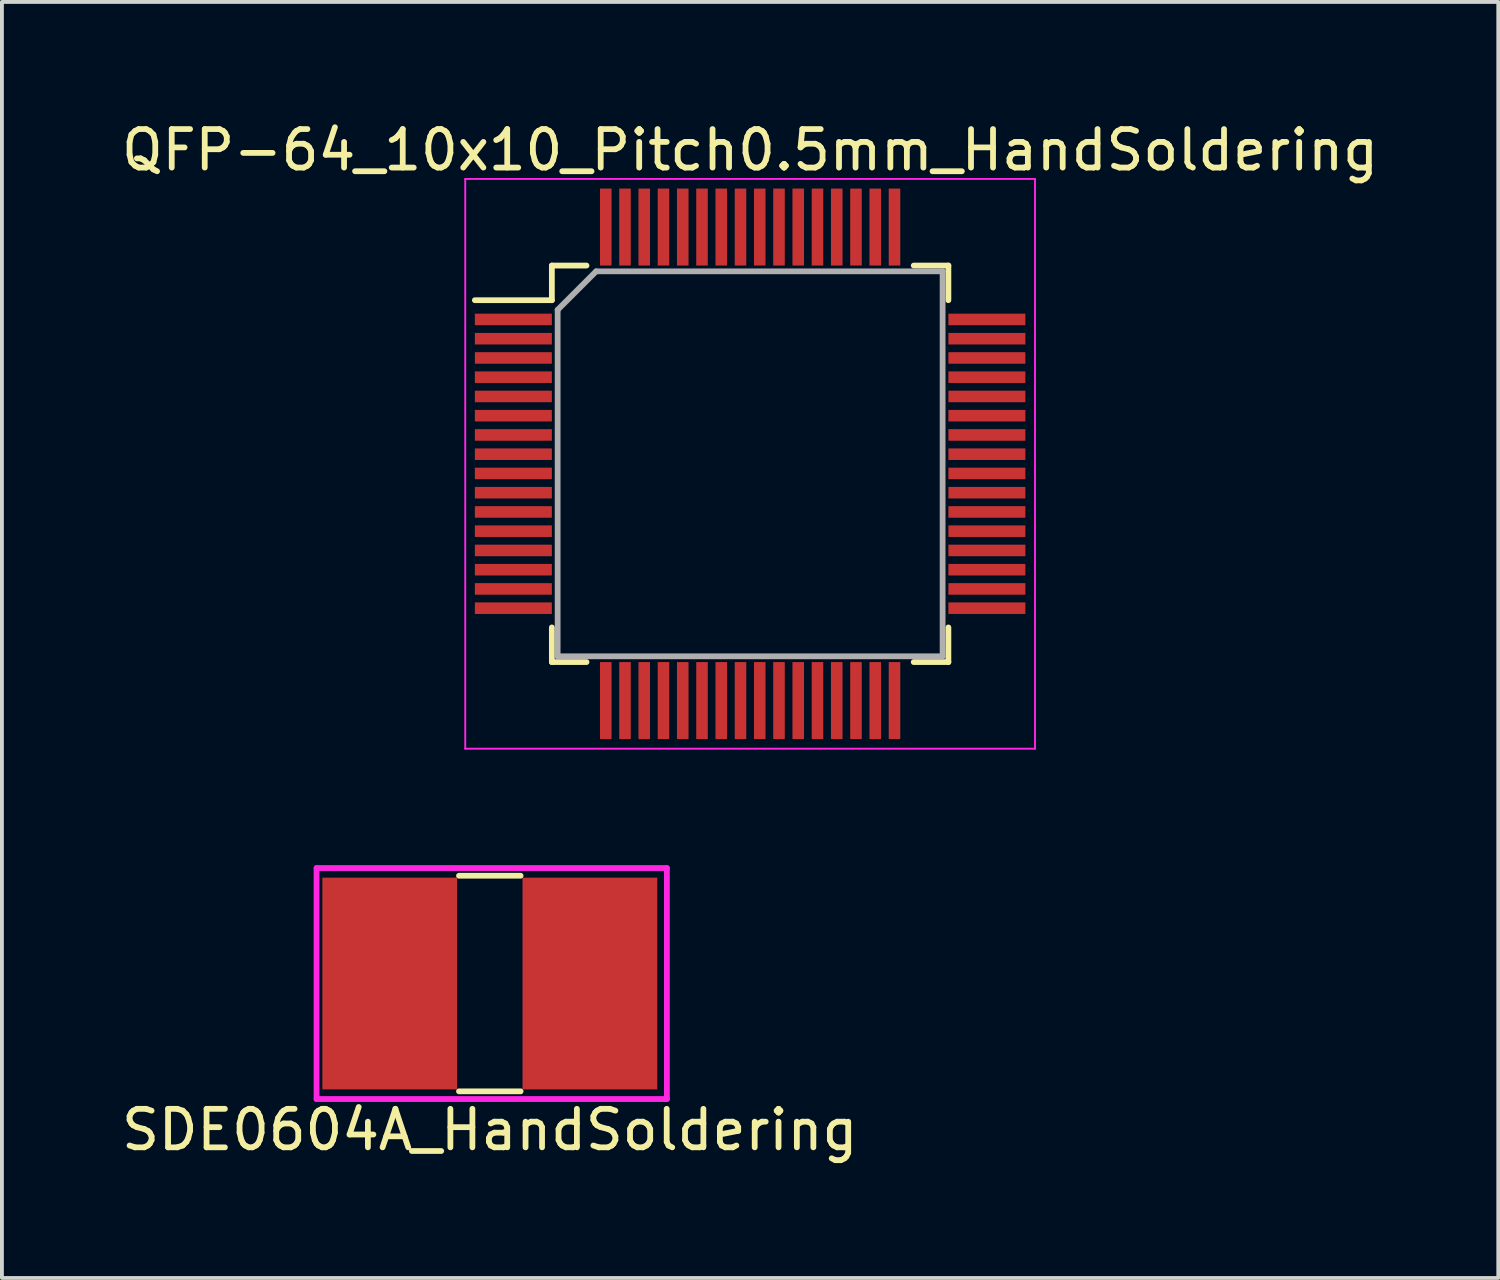
<source format=kicad_pcb>
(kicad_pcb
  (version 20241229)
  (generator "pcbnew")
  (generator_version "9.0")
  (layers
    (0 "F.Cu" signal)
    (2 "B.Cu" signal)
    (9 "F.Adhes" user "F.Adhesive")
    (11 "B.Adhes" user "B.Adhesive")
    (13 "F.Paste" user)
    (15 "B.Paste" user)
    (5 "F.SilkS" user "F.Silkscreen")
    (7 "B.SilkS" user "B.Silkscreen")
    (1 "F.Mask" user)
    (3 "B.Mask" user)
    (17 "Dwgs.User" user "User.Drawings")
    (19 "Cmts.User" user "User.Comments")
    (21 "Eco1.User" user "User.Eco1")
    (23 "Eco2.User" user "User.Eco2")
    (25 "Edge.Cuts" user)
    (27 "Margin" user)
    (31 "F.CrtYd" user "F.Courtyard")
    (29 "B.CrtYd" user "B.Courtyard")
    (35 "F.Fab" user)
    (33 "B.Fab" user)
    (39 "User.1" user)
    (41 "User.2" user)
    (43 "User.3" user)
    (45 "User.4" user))
  (footprint "QFP-64_10x10_Pitch0.5mm_HandSoldering"
    (layer "F.Cu")
    (at 16.435 8.998)
    (property "Reference" "QFP-64_10x10_Pitch0.5mm_HandSoldering" (at 0 -8.15 0) (layer "F.SilkS") (effects (font (size 1 1) (thickness 0.15))))
    (attr smd)
    (fp_line (start -5.15 -5.15) (end -5.15 -4.25) (stroke (width 0.15) (type solid)) (layer "F.SilkS"))
    (fp_line (start -5.15 -4.25) (end -7.15 -4.25) (stroke (width 0.15) (type solid)) (layer "F.SilkS"))
    (fp_line (start -5.15 5.15) (end -5.15 4.25) (stroke (width 0.15) (type solid)) (layer "F.SilkS"))
    (fp_line (start -4.25 -5.15) (end -5.15 -5.15) (stroke (width 0.15) (type solid)) (layer "F.SilkS"))
    (fp_line (start -4.25 5.15) (end -5.15 5.15) (stroke (width 0.15) (type solid)) (layer "F.SilkS"))
    (fp_line (start 4.25 -5.15) (end 5.15 -5.15) (stroke (width 0.15) (type solid)) (layer "F.SilkS"))
    (fp_line (start 4.25 5.15) (end 5.15 5.15) (stroke (width 0.15) (type solid)) (layer "F.SilkS"))
    (fp_line (start 5.15 -5.15) (end 5.15 -4.25) (stroke (width 0.15) (type solid)) (layer "F.SilkS"))
    (fp_line (start 5.15 5.15) (end 5.15 4.25) (stroke (width 0.15) (type solid)) (layer "F.SilkS"))
    (fp_line (start -7.4 -7.4) (end 7.4 -7.4) (stroke (width 0.05) (type solid)) (layer "F.CrtYd"))
    (fp_line (start -7.4 7.4) (end -7.4 -7.4) (stroke (width 0.05) (type solid)) (layer "F.CrtYd"))
    (fp_line (start 7.4 -7.4) (end 7.4 7.4) (stroke (width 0.05) (type solid)) (layer "F.CrtYd"))
    (fp_line (start 7.4 7.4) (end -7.4 7.4) (stroke (width 0.05) (type solid)) (layer "F.CrtYd"))
    (fp_line (start -5 -4) (end -5 5) (stroke (width 0.15) (type solid)) (layer "F.Fab"))
    (fp_line (start -5 5) (end 5 5) (stroke (width 0.15) (type solid)) (layer "F.Fab"))
    (fp_line (start -4 -5) (end -5 -4) (stroke (width 0.15) (type solid)) (layer "F.Fab"))
    (fp_line (start 5 -5) (end -4 -5) (stroke (width 0.15) (type solid)) (layer "F.Fab"))
    (fp_line (start 5 5) (end 5 -5) (stroke (width 0.15) (type solid)) (layer "F.Fab"))
    (pad "1" smd rect (at -6.15 -3.75 90) (size 0.3 2) (layers "F.Cu" "F.Mask" "F.Paste"))
    (pad "2" smd rect (at -6.15 -3.25 90) (size 0.3 2) (layers "F.Cu" "F.Mask" "F.Paste"))
    (pad "3" smd rect (at -6.15 -2.75 90) (size 0.3 2) (layers "F.Cu" "F.Mask" "F.Paste"))
    (pad "4" smd rect (at -6.15 -2.25 90) (size 0.3 2) (layers "F.Cu" "F.Mask" "F.Paste"))
    (pad "5" smd rect (at -6.15 -1.75 90) (size 0.3 2) (layers "F.Cu" "F.Mask" "F.Paste"))
    (pad "6" smd rect (at -6.15 -1.25 90) (size 0.3 2) (layers "F.Cu" "F.Mask" "F.Paste"))
    (pad "7" smd rect (at -6.15 -0.75 90) (size 0.3 2) (layers "F.Cu" "F.Mask" "F.Paste"))
    (pad "8" smd rect (at -6.15 -0.25 90) (size 0.3 2) (layers "F.Cu" "F.Mask" "F.Paste"))
    (pad "9" smd rect (at -6.15 0.25 90) (size 0.3 2) (layers "F.Cu" "F.Mask" "F.Paste"))
    (pad "10" smd rect (at -6.15 0.75 90) (size 0.3 2) (layers "F.Cu" "F.Mask" "F.Paste"))
    (pad "11" smd rect (at -6.15 1.25 90) (size 0.3 2) (layers "F.Cu" "F.Mask" "F.Paste"))
    (pad "12" smd rect (at -6.15 1.75 90) (size 0.3 2) (layers "F.Cu" "F.Mask" "F.Paste"))
    (pad "13" smd rect (at -6.15 2.25 90) (size 0.3 2) (layers "F.Cu" "F.Mask" "F.Paste"))
    (pad "14" smd rect (at -6.15 2.75 90) (size 0.3 2) (layers "F.Cu" "F.Mask" "F.Paste"))
    (pad "15" smd rect (at -6.15 3.25 90) (size 0.3 2) (layers "F.Cu" "F.Mask" "F.Paste"))
    (pad "16" smd rect (at -6.15 3.75 90) (size 0.3 2) (layers "F.Cu" "F.Mask" "F.Paste"))
    (pad "17" smd rect (at -3.75 6.15) (size 0.3 2) (layers "F.Cu" "F.Mask" "F.Paste"))
    (pad "18" smd rect (at -3.25 6.15) (size 0.3 2) (layers "F.Cu" "F.Mask" "F.Paste"))
    (pad "19" smd rect (at -2.75 6.15) (size 0.3 2) (layers "F.Cu" "F.Mask" "F.Paste"))
    (pad "20" smd rect (at -2.25 6.15) (size 0.3 2) (layers "F.Cu" "F.Mask" "F.Paste"))
    (pad "21" smd rect (at -1.75 6.15) (size 0.3 2) (layers "F.Cu" "F.Mask" "F.Paste"))
    (pad "22" smd rect (at -1.25 6.15) (size 0.3 2) (layers "F.Cu" "F.Mask" "F.Paste"))
    (pad "23" smd rect (at -0.75 6.15) (size 0.3 2) (layers "F.Cu" "F.Mask" "F.Paste"))
    (pad "24" smd rect (at -0.25 6.15) (size 0.3 2) (layers "F.Cu" "F.Mask" "F.Paste"))
    (pad "25" smd rect (at 0.25 6.15) (size 0.3 2) (layers "F.Cu" "F.Mask" "F.Paste"))
    (pad "26" smd rect (at 0.75 6.15) (size 0.3 2) (layers "F.Cu" "F.Mask" "F.Paste"))
    (pad "27" smd rect (at 1.25 6.15) (size 0.3 2) (layers "F.Cu" "F.Mask" "F.Paste"))
    (pad "28" smd rect (at 1.75 6.15) (size 0.3 2) (layers "F.Cu" "F.Mask" "F.Paste"))
    (pad "29" smd rect (at 2.25 6.15) (size 0.3 2) (layers "F.Cu" "F.Mask" "F.Paste"))
    (pad "30" smd rect (at 2.75 6.15) (size 0.3 2) (layers "F.Cu" "F.Mask" "F.Paste"))
    (pad "31" smd rect (at 3.25 6.15) (size 0.3 2) (layers "F.Cu" "F.Mask" "F.Paste"))
    (pad "32" smd rect (at 3.75 6.15) (size 0.3 2) (layers "F.Cu" "F.Mask" "F.Paste"))
    (pad "33" smd rect (at 6.15 3.75 90) (size 0.3 2) (layers "F.Cu" "F.Mask" "F.Paste"))
    (pad "34" smd rect (at 6.15 3.25 90) (size 0.3 2) (layers "F.Cu" "F.Mask" "F.Paste"))
    (pad "35" smd rect (at 6.15 2.75 90) (size 0.3 2) (layers "F.Cu" "F.Mask" "F.Paste"))
    (pad "36" smd rect (at 6.15 2.25 90) (size 0.3 2) (layers "F.Cu" "F.Mask" "F.Paste"))
    (pad "37" smd rect (at 6.15 1.75 90) (size 0.3 2) (layers "F.Cu" "F.Mask" "F.Paste"))
    (pad "38" smd rect (at 6.15 1.25 90) (size 0.3 2) (layers "F.Cu" "F.Mask" "F.Paste"))
    (pad "39" smd rect (at 6.15 0.75 90) (size 0.3 2) (layers "F.Cu" "F.Mask" "F.Paste"))
    (pad "40" smd rect (at 6.15 0.25 90) (size 0.3 2) (layers "F.Cu" "F.Mask" "F.Paste"))
    (pad "41" smd rect (at 6.15 -0.25 90) (size 0.3 2) (layers "F.Cu" "F.Mask" "F.Paste"))
    (pad "42" smd rect (at 6.15 -0.75 90) (size 0.3 2) (layers "F.Cu" "F.Mask" "F.Paste"))
    (pad "43" smd rect (at 6.15 -1.25 90) (size 0.3 2) (layers "F.Cu" "F.Mask" "F.Paste"))
    (pad "44" smd rect (at 6.15 -1.75 90) (size 0.3 2) (layers "F.Cu" "F.Mask" "F.Paste"))
    (pad "45" smd rect (at 6.15 -2.25 90) (size 0.3 2) (layers "F.Cu" "F.Mask" "F.Paste"))
    (pad "46" smd rect (at 6.15 -2.75 90) (size 0.3 2) (layers "F.Cu" "F.Mask" "F.Paste"))
    (pad "47" smd rect (at 6.15 -3.25 90) (size 0.3 2) (layers "F.Cu" "F.Mask" "F.Paste"))
    (pad "48" smd rect (at 6.15 -3.75 90) (size 0.3 2) (layers "F.Cu" "F.Mask" "F.Paste"))
    (pad "49" smd rect (at 3.75 -6.15) (size 0.3 2) (layers "F.Cu" "F.Mask" "F.Paste"))
    (pad "50" smd rect (at 3.25 -6.15) (size 0.3 2) (layers "F.Cu" "F.Mask" "F.Paste"))
    (pad "51" smd rect (at 2.75 -6.15) (size 0.3 2) (layers "F.Cu" "F.Mask" "F.Paste"))
    (pad "52" smd rect (at 2.25 -6.15) (size 0.3 2) (layers "F.Cu" "F.Mask" "F.Paste"))
    (pad "53" smd rect (at 1.75 -6.15) (size 0.3 2) (layers "F.Cu" "F.Mask" "F.Paste"))
    (pad "54" smd rect (at 1.25 -6.15) (size 0.3 2) (layers "F.Cu" "F.Mask" "F.Paste"))
    (pad "55" smd rect (at 0.75 -6.15) (size 0.3 2) (layers "F.Cu" "F.Mask" "F.Paste"))
    (pad "56" smd rect (at 0.25 -6.15) (size 0.3 2) (layers "F.Cu" "F.Mask" "F.Paste"))
    (pad "57" smd rect (at -0.25 -6.15) (size 0.3 2) (layers "F.Cu" "F.Mask" "F.Paste"))
    (pad "58" smd rect (at -0.75 -6.15) (size 0.3 2) (layers "F.Cu" "F.Mask" "F.Paste"))
    (pad "59" smd rect (at -1.25 -6.15) (size 0.3 2) (layers "F.Cu" "F.Mask" "F.Paste"))
    (pad "60" smd rect (at -1.75 -6.15) (size 0.3 2) (layers "F.Cu" "F.Mask" "F.Paste"))
    (pad "61" smd rect (at -2.25 -6.15) (size 0.3 2) (layers "F.Cu" "F.Mask" "F.Paste"))
    (pad "62" smd rect (at -2.75 -6.15) (size 0.3 2) (layers "F.Cu" "F.Mask" "F.Paste"))
    (pad "63" smd rect (at -3.25 -6.15) (size 0.3 2) (layers "F.Cu" "F.Mask" "F.Paste"))
    (pad "64" smd rect (at -3.75 -6.15) (size 0.3 2) (layers "F.Cu" "F.Mask" "F.Paste")))
  (footprint "SDE0604A_HandSoldering"
    (layer "F.Cu")
    (at 9.673 22.498)
    (property "Reference" "SDE0604A_HandSoldering" (at 0 3.8 0) (layer "F.SilkS") (effects (font (size 1 1) (thickness 0.15))))
    (attr through_hole)
    (fp_line (start -0.8 -2.8) (end 0.8 -2.8) (stroke (width 0.15) (type solid)) (layer "F.SilkS"))
    (fp_line (start -0.8 2.8) (end 0.8 2.8) (stroke (width 0.15) (type solid)) (layer "F.SilkS"))
    (fp_line (start -4.5 -3) (end 4.6 -3) (stroke (width 0.15) (type solid)) (layer "F.CrtYd"))
    (fp_line (start -4.5 3) (end -4.5 -3) (stroke (width 0.15) (type solid)) (layer "F.CrtYd"))
    (fp_line (start 4.6 -3) (end 4.6 3) (stroke (width 0.15) (type solid)) (layer "F.CrtYd"))
    (fp_line (start 4.6 3) (end -4.5 3) (stroke (width 0.15) (type solid)) (layer "F.CrtYd"))
    (pad "1" smd rect (at -2.6 0) (size 3.5 5.5) (layers "F.Cu" "F.Mask" "F.Paste"))
    (pad "2" smd rect (at 2.6 0) (size 3.5 5.5) (layers "F.Cu" "F.Mask" "F.Paste")))
  (gr_rect
    (start -3 -3)
    (end 35.869 30.146)
    (stroke (width 0.1) (type default))
    (fill no)
    (layer "Edge.Cuts")))
</source>
